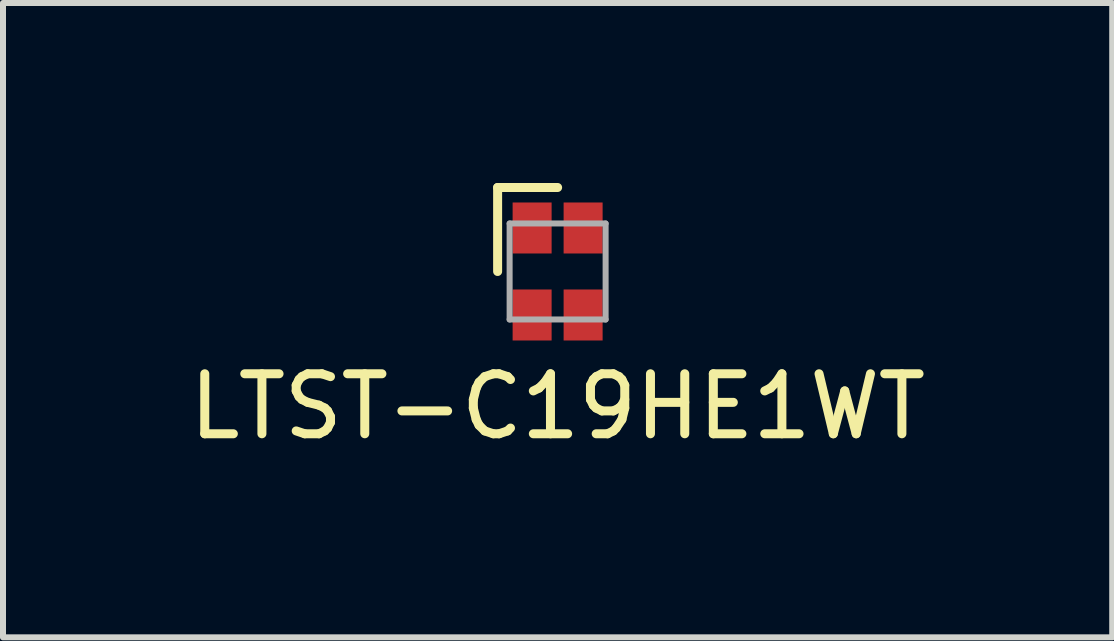
<source format=kicad_pcb>
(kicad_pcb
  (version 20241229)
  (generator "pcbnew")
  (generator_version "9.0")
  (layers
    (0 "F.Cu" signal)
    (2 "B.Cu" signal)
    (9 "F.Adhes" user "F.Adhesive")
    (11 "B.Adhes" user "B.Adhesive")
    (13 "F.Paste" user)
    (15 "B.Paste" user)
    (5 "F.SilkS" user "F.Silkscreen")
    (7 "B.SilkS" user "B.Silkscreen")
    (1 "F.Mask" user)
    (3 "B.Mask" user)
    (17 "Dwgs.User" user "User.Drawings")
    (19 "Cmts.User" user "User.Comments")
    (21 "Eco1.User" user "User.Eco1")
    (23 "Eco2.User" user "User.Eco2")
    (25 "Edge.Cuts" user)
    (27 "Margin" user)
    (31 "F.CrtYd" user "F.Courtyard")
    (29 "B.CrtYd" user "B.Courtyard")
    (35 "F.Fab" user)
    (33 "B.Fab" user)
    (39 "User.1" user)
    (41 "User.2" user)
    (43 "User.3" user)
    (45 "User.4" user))
  (footprint "LTST-C19HE1WT"
    (layer "F.Cu")
    (at 6.244 1.475)
    (property "Reference" "LTST-C19HE1WT" (at 0 2.25 0) (layer "F.SilkS") (effects (font (size 1 1) (thickness 0.15))))
    (attr smd)
    (fp_line (start -1 -1.4) (end 0 -1.4) (stroke (width 0.15) (type solid)) (layer "F.SilkS"))
    (fp_line (start -1 0) (end -1 -1.4) (stroke (width 0.15) (type solid)) (layer "F.SilkS"))
    (fp_line (start -0.8 -0.8) (end 0.8 -0.8) (stroke (width 0.1) (type solid)) (layer "F.Fab"))
    (fp_line (start -0.8 0.8) (end -0.8 -0.8) (stroke (width 0.1) (type solid)) (layer "F.Fab"))
    (fp_line (start 0.8 -0.8) (end 0.8 0.8) (stroke (width 0.1) (type solid)) (layer "F.Fab"))
    (fp_line (start 0.8 0.8) (end -0.8 0.8) (stroke (width 0.1) (type solid)) (layer "F.Fab"))
    (pad "1" smd rect (at -0.425 -0.725) (size 0.65 0.85) (layers "F.Cu" "F.Mask" "F.Paste"))
    (pad "2" smd rect (at 0.425 -0.725) (size 0.65 0.85) (layers "F.Cu" "F.Mask" "F.Paste"))
    (pad "3" smd rect (at 0.425 0.725) (size 0.65 0.85) (layers "F.Cu" "F.Mask" "F.Paste"))
    (pad "4" smd rect (at -0.425 0.725) (size 0.65 0.85) (layers "F.Cu" "F.Mask" "F.Paste")))
  (gr_rect
    (start -3 -3)
    (end 15.488 7.573)
    (stroke (width 0.1) (type default))
    (fill no)
    (layer "Edge.Cuts")))
</source>
